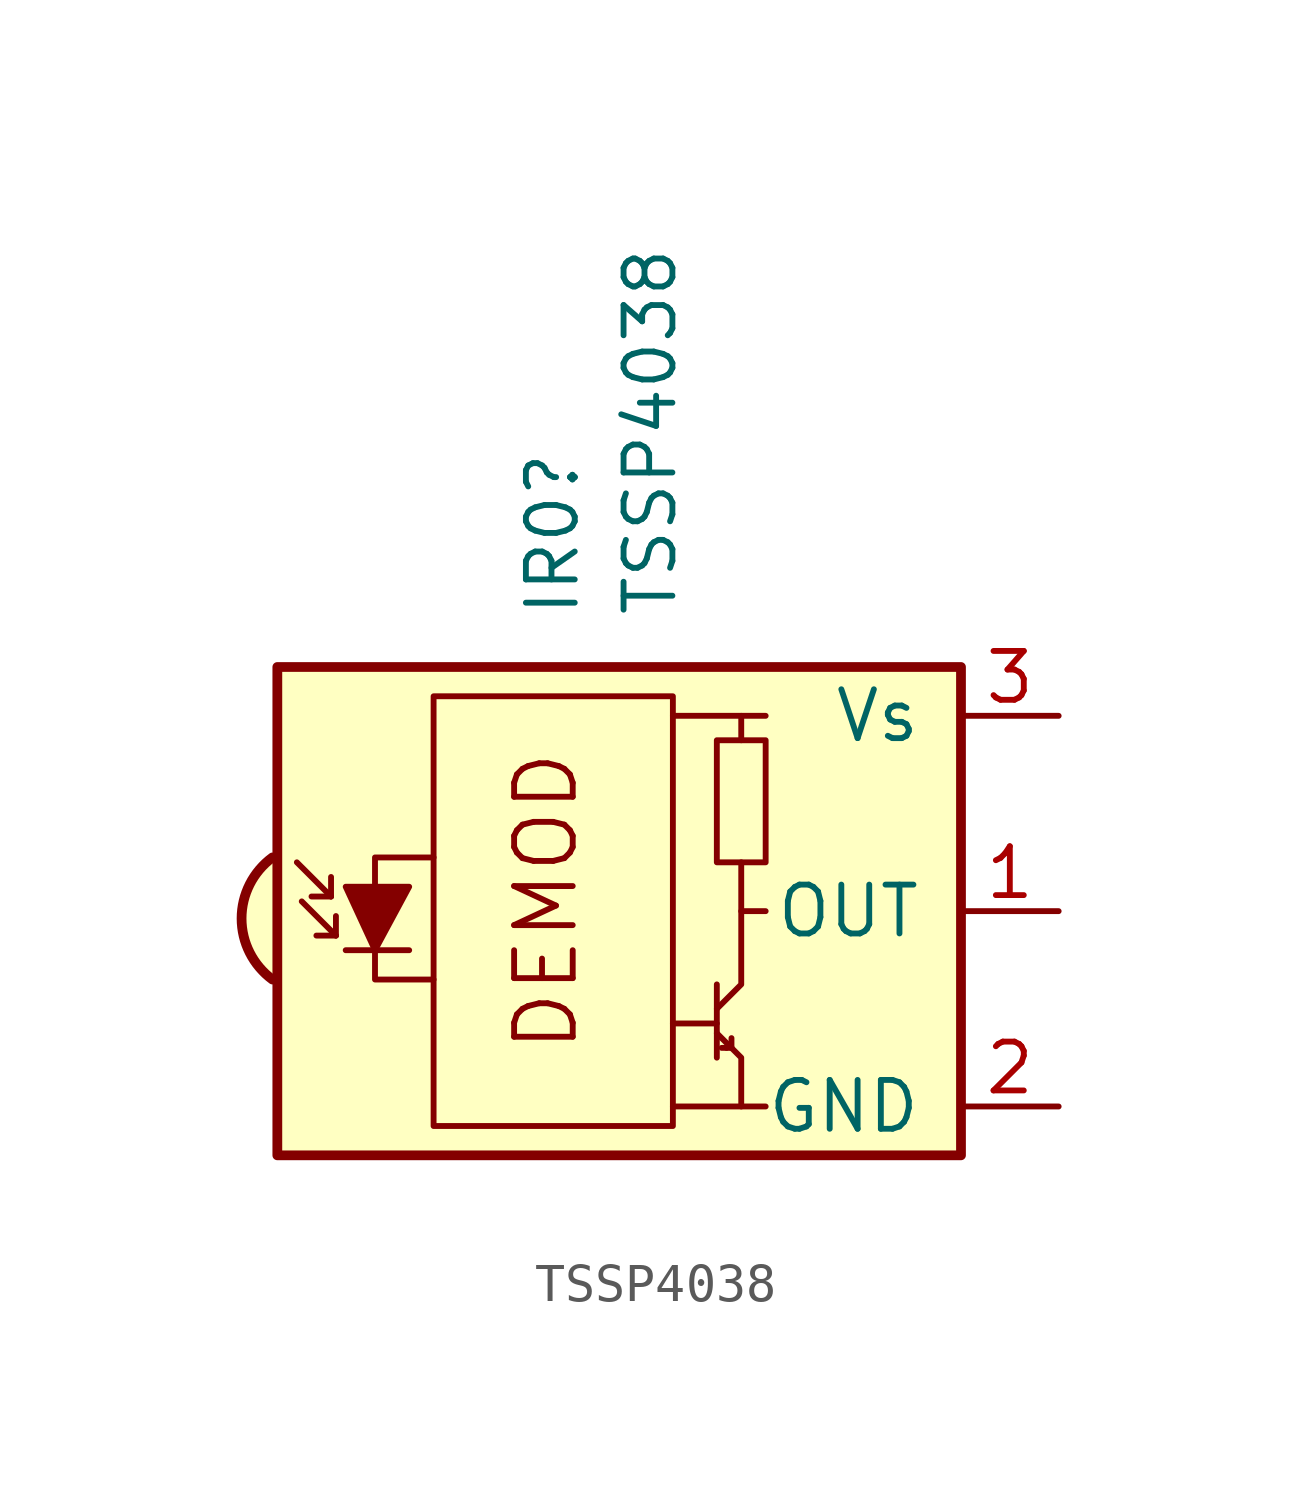
<source format=kicad_sym>
(kicad_symbol_lib
  (version 20231120)
  (generator "kicad_symbol_editor")
  (generator_version "8.0")
  (symbol "TSSP4038"
    (pin_names
      (offset 1.016))
    (property "Reference" "IR0"
      (at -3.005 7.62 90)
      (effects (font (size 1.27 1.27)) (justify left)))
    (property "Value" "TSSP4038"
      (at -0.465 7.62 90)
      (effects (font (size 1.27 1.27)) (justify left)))
    (symbol "TSSP4038_0_0"
      (arc (start -10.287 1.397) (mid -11.0899 -0.1852) (end -10.287 -1.778) (stroke (width 0.254) (type default)) (fill (type background)))
      (polyline (pts (xy 1.905 -5.08) (xy 0.127 -5.08)) (stroke (width 0) (type default)) (fill (type none)))
      (polyline (pts (xy 1.905 5.08) (xy 0.127 5.08)) (stroke (width 0) (type default)) (fill (type none)))
      (text "DEMOD" (at -3.175 0.254 900) (effects (font (size 1.524 1.524)))))
    (symbol "TSSP4038_0_1"
      (rectangle (start -10.16 6.35) (end 7.62 -6.35) (stroke (width 0.254) (type default)) (fill (type background)))
      (rectangle (start -6.096 5.588) (end 0.127 -5.588) (stroke (width 0) (type default)) (fill (type none)))
      (polyline (pts (xy -8.763 0.381) (xy -9.652 1.27)) (stroke (width 0) (type default)) (fill (type none)))
      (polyline (pts (xy -8.763 0.381) (xy -9.271 0.381)) (stroke (width 0) (type default)) (fill (type none)))
      (polyline (pts (xy -8.763 0.381) (xy -8.763 0.889)) (stroke (width 0) (type default)) (fill (type none)))
      (polyline (pts (xy -8.636 -0.635) (xy -9.525 0.254)) (stroke (width 0) (type default)) (fill (type none)))
      (polyline (pts (xy -8.636 -0.635) (xy -9.144 -0.635)) (stroke (width 0) (type default)) (fill (type none)))
      (polyline (pts (xy -8.636 -0.635) (xy -8.636 -0.127)) (stroke (width 0) (type default)) (fill (type none)))
      (polyline (pts (xy -8.382 -1.016) (xy -6.731 -1.016)) (stroke (width 0) (type default)) (fill (type none)))
      (polyline (pts (xy 1.27 -2.921) (xy 0.127 -2.921)) (stroke (width 0) (type default)) (fill (type none)))
      (polyline (pts (xy 1.27 -1.905) (xy 1.27 -3.81)) (stroke (width 0) (type default)) (fill (type none)))
      (polyline (pts (xy 1.397 -3.556) (xy 1.524 -3.556)) (stroke (width 0) (type default)) (fill (type none)))
      (polyline (pts (xy 1.651 -3.556) (xy 1.524 -3.556)) (stroke (width 0) (type default)) (fill (type none)))
      (polyline (pts (xy 1.651 -3.556) (xy 1.651 -3.302)) (stroke (width 0) (type default)) (fill (type none)))
      (polyline (pts (xy 1.905 0) (xy 1.905 1.27)) (stroke (width 0) (type default)) (fill (type none)))
      (polyline (pts (xy 1.905 4.445) (xy 1.905 5.08) (xy 2.54 5.08)) (stroke (width 0) (type default)) (fill (type none)))
      (polyline (pts (xy -8.382 0.635) (xy -6.731 0.635) (xy -7.62 -1.016) (xy -8.382 0.635)) (stroke (width 0) (type default)) (fill (type outline)))
      (polyline (pts (xy -6.096 1.397) (xy -7.62 1.397) (xy -7.62 -1.778) (xy -6.096 -1.778)) (stroke (width 0) (type default)) (fill (type none)))
      (polyline (pts (xy 1.27 -3.175) (xy 1.905 -3.81) (xy 1.905 -5.08) (xy 2.54 -5.08)) (stroke (width 0) (type default)) (fill (type none)))
      (polyline (pts (xy 1.27 -2.54) (xy 1.905 -1.905) (xy 1.905 0) (xy 2.54 0)) (stroke (width 0) (type default)) (fill (type none)))
      (rectangle (start 2.54 1.27) (end 1.27 4.445) (stroke (width 0) (type default)) (fill (type none))))
    (symbol "TSSP4038_1_1"
      (pin output line (at 10.16 0 180) (length 2.54) (name "OUT" (effects (font (size 1.27 1.27)))) (number "1" (effects (font (size 1.27 1.27)))))
      (pin power_in line (at 10.16 -5.08 180) (length 2.54) (name "GND" (effects (font (size 1.27 1.27)))) (number "2" (effects (font (size 1.27 1.27)))))
      (pin power_in line (at 10.16 5.08 180) (length 2.54) (name "Vs" (effects (font (size 1.27 1.27)))) (number "3" (effects (font (size 1.27 1.27))))))))
</source>
